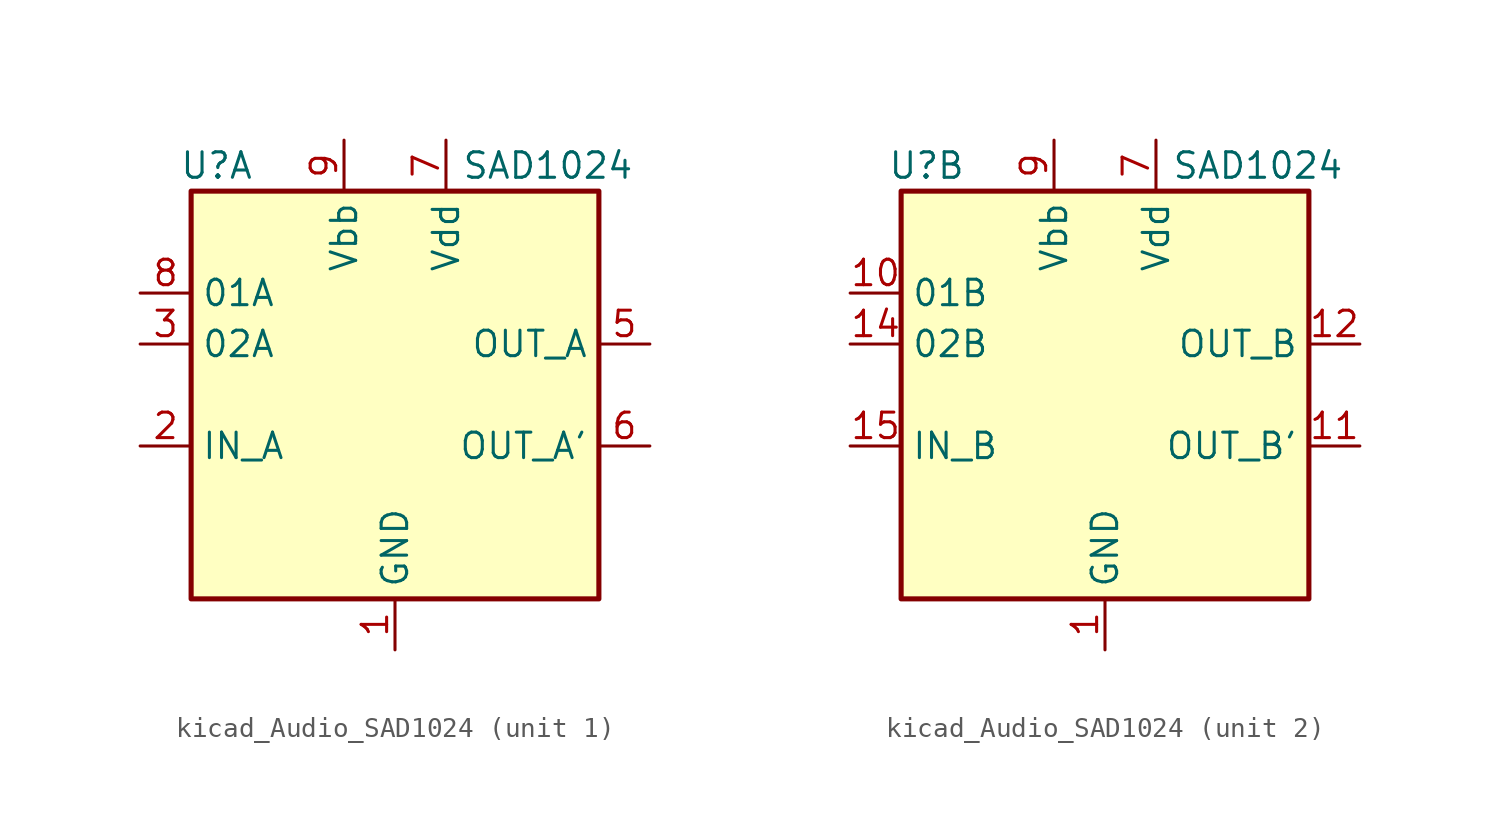
<source format=kicad_sym>
(kicad_symbol_lib
  (version 20220914)
  (generator kicad_symbol_editor)
  (symbol "kicad_Audio_SAD1024"
    (property "Reference" "U"
      (at -8.89 11.43 0)
      (effects (font (size 1.27 1.27))))
    (property "Value" "SAD1024"
      (at 7.62 11.43 0)
      (effects (font (size 1.27 1.27))))
    (symbol "kicad_Audio_SAD1024_0_1"
      (rectangle (start -10.16 10.16) (end 10.16 -10.16) (stroke (width 0.254) (type default)) (fill (type background)))
      (pin power_in line (at 0 -12.7 90) (length 2.54) (name "GND" (effects (font (size 1.27 1.27)))) (number "1" (effects (font (size 1.27 1.27)))))
      (pin no_connect line (at -5.08 -10.16 90) (length 2.54) hide (name "NC" (effects (font (size 1.27 1.27)))) (number "13" (effects (font (size 1.27 1.27)))))
      (pin no_connect line (at -2.54 -10.16 90) (length 2.54) hide (name "NC" (effects (font (size 1.27 1.27)))) (number "16" (effects (font (size 1.27 1.27)))))
      (pin no_connect line (at -7.62 -10.16 90) (length 2.54) hide (name "NC" (effects (font (size 1.27 1.27)))) (number "4" (effects (font (size 1.27 1.27)))))
      (pin power_in line (at 2.54 12.7 270) (length 2.54) (name "Vdd" (effects (font (size 1.27 1.27)))) (number "7" (effects (font (size 1.27 1.27)))))
      (pin power_in line (at -2.54 12.7 270) (length 2.54) (name "Vbb" (effects (font (size 1.27 1.27)))) (number "9" (effects (font (size 1.27 1.27))))))
    (symbol "kicad_Audio_SAD1024_1_1"
      (pin input line (at -12.7 -2.54 0) (length 2.54) (name "IN_A" (effects (font (size 1.27 1.27)))) (number "2" (effects (font (size 1.27 1.27)))))
      (pin input line (at -12.7 2.54 0) (length 2.54) (name "02A" (effects (font (size 1.27 1.27)))) (number "3" (effects (font (size 1.27 1.27)))))
      (pin output line (at 12.7 2.54 180) (length 2.54) (name "OUT_A" (effects (font (size 1.27 1.27)))) (number "5" (effects (font (size 1.27 1.27)))))
      (pin output line (at 12.7 -2.54 180) (length 2.54) (name "OUT_A'" (effects (font (size 1.27 1.27)))) (number "6" (effects (font (size 1.27 1.27)))))
      (pin input line (at -12.7 5.08 0) (length 2.54) (name "01A" (effects (font (size 1.27 1.27)))) (number "8" (effects (font (size 1.27 1.27))))))
    (symbol "kicad_Audio_SAD1024_2_1"
      (pin input line (at -12.7 5.08 0) (length 2.54) (name "01B" (effects (font (size 1.27 1.27)))) (number "10" (effects (font (size 1.27 1.27)))))
      (pin output line (at 12.7 -2.54 180) (length 2.54) (name "OUT_B'" (effects (font (size 1.27 1.27)))) (number "11" (effects (font (size 1.27 1.27)))))
      (pin output line (at 12.7 2.54 180) (length 2.54) (name "OUT_B" (effects (font (size 1.27 1.27)))) (number "12" (effects (font (size 1.27 1.27)))))
      (pin input line (at -12.7 2.54 0) (length 2.54) (name "02B" (effects (font (size 1.27 1.27)))) (number "14" (effects (font (size 1.27 1.27)))))
      (pin input line (at -12.7 -2.54 0) (length 2.54) (name "IN_B" (effects (font (size 1.27 1.27)))) (number "15" (effects (font (size 1.27 1.27))))))))
</source>
